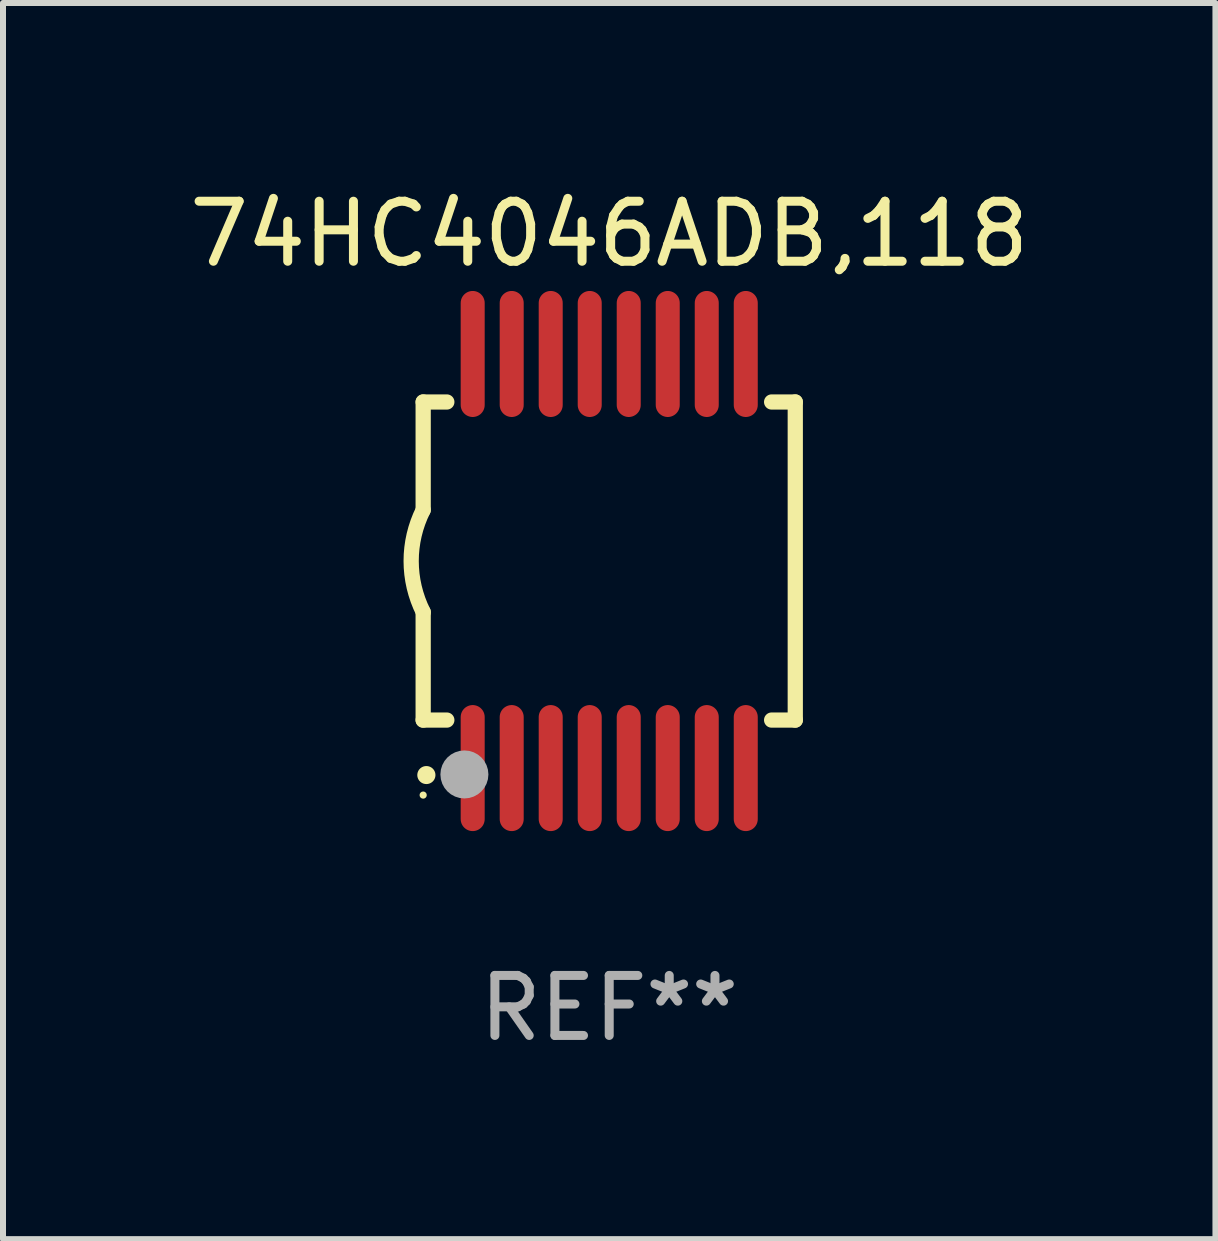
<source format=kicad_pcb>
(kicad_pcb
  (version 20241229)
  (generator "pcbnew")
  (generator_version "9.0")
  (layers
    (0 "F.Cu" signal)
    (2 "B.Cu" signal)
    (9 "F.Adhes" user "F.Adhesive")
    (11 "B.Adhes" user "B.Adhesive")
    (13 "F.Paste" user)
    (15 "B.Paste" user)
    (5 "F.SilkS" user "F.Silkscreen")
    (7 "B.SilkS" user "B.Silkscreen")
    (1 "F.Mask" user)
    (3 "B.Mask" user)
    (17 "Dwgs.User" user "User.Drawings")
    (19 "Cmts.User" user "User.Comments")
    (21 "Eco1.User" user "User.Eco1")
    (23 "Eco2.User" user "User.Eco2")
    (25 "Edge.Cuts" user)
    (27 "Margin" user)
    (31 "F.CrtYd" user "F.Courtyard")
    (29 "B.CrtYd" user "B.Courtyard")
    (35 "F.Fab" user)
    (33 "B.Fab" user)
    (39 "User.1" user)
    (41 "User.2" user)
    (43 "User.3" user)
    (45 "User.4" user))
  (footprint "74HC4046ADB,118"
    (layer "F.Cu")
    (at 7.101 6.298)
    (property "Reference" "74HC4046ADB,118" (at 0 -5.45 0) (layer "F.SilkS") (effects (font (size 1 1) (thickness 0.15))))
    (attr through_hole)
    (fp_line (start -3.1 -2.65) (end -3.1 -0.85) (stroke (width 0.254) (type solid)) (layer "F.SilkS"))
    (fp_line (start -3.1 -2.65) (end -2.706 -2.65) (stroke (width 0.254) (type solid)) (layer "F.SilkS"))
    (fp_line (start -3.1 2.65) (end -3.1 0.85) (stroke (width 0.254) (type solid)) (layer "F.SilkS"))
    (fp_line (start -3.1 2.65) (end -2.706 2.65) (stroke (width 0.254) (type solid)) (layer "F.SilkS"))
    (fp_line (start 2.706 -2.65) (end 3.1 -2.65) (stroke (width 0.254) (type solid)) (layer "F.SilkS"))
    (fp_line (start 2.706 2.65) (end 3.1 2.65) (stroke (width 0.254) (type solid)) (layer "F.SilkS"))
    (fp_line (start 3.1 -2.65) (end 3.1 2.65) (stroke (width 0.254) (type solid)) (layer "F.SilkS"))
    (fp_arc (start -3.098907 0.850902) (mid -3.300057 0.000523) (end -3.1 -0.850114) (stroke (width 0.254001) (type solid)) (layer "F.SilkS"))
    (fp_arc (start -3.048006 3.566066) (mid -3.046736 3.566061) (end -3.045466 3.566066) (stroke (width 0.3) (type solid)) (layer "F.SilkS"))
    (fp_circle (center -3.1 3.9) (end -3.07 3.9) (stroke (width 0.06) (type solid)) (fill no) (layer "F.SilkS"))
    (fp_circle (center -2.413 3.556) (end -2.213 3.556) (stroke (width 0.4) (type solid)) (fill no) (layer "F.Fab"))
    (fp_text user "REF**" (at 0 7.45 0) (layer "F.Fab") (effects (font (size 1 1) (thickness 0.15))))
    (pad "1" smd oval (at -2.275 3.45 180) (size 0.4 2.1) (layers "F.Cu" "F.Mask" "F.Paste"))
    (pad "2" smd oval (at -1.625 3.45 180) (size 0.4 2.1) (layers "F.Cu" "F.Mask" "F.Paste"))
    (pad "3" smd oval (at -0.975 3.45 180) (size 0.4 2.1) (layers "F.Cu" "F.Mask" "F.Paste"))
    (pad "4" smd oval (at -0.325 3.45 180) (size 0.4 2.1) (layers "F.Cu" "F.Mask" "F.Paste"))
    (pad "5" smd oval (at 0.325 3.45 180) (size 0.4 2.1) (layers "F.Cu" "F.Mask" "F.Paste"))
    (pad "6" smd oval (at 0.975 3.45 180) (size 0.4 2.1) (layers "F.Cu" "F.Mask" "F.Paste"))
    (pad "7" smd oval (at 1.625 3.45 180) (size 0.4 2.1) (layers "F.Cu" "F.Mask" "F.Paste"))
    (pad "8" smd oval (at 2.275 3.45 180) (size 0.4 2.1) (layers "F.Cu" "F.Mask" "F.Paste"))
    (pad "9" smd oval (at 2.275 -3.45 180) (size 0.4 2.1) (layers "F.Cu" "F.Mask" "F.Paste"))
    (pad "10" smd oval (at 1.625 -3.45 180) (size 0.4 2.1) (layers "F.Cu" "F.Mask" "F.Paste"))
    (pad "11" smd oval (at 0.975 -3.45 180) (size 0.4 2.1) (layers "F.Cu" "F.Mask" "F.Paste"))
    (pad "12" smd oval (at 0.325 -3.45 180) (size 0.4 2.1) (layers "F.Cu" "F.Mask" "F.Paste"))
    (pad "13" smd oval (at -0.325 -3.45 180) (size 0.4 2.1) (layers "F.Cu" "F.Mask" "F.Paste"))
    (pad "14" smd oval (at -0.975 -3.45 180) (size 0.4 2.1) (layers "F.Cu" "F.Mask" "F.Paste"))
    (pad "15" smd oval (at -1.625 -3.45 180) (size 0.4 2.1) (layers "F.Cu" "F.Mask" "F.Paste"))
    (pad "16" smd oval (at -2.275 -3.45 180) (size 0.4 2.1) (layers "F.Cu" "F.Mask" "F.Paste")))
  (gr_rect
    (start -3 -3)
    (end 17.202 17.597)
    (stroke (width 0.1) (type default))
    (fill no)
    (layer "Edge.Cuts")))
</source>
